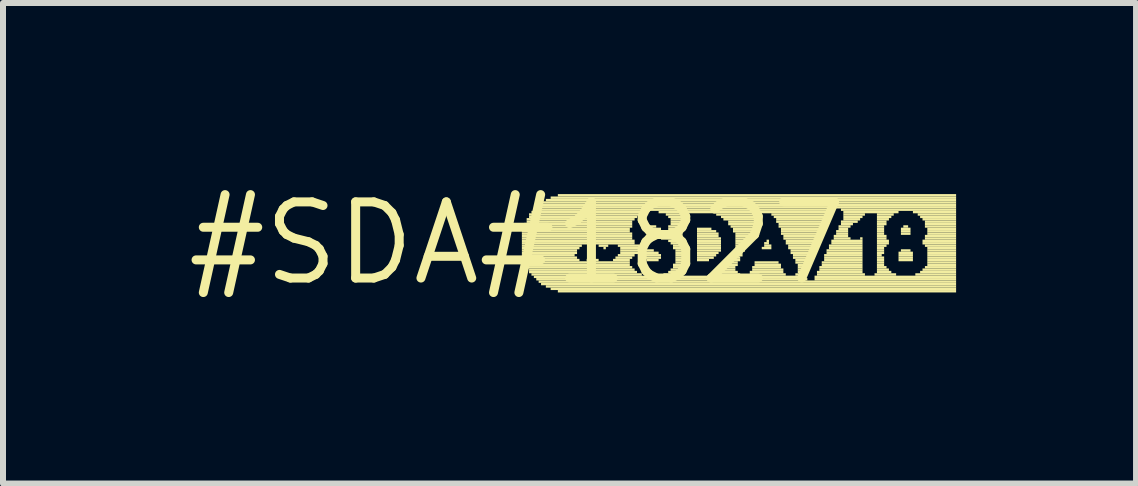
<source format=kicad_pcb>
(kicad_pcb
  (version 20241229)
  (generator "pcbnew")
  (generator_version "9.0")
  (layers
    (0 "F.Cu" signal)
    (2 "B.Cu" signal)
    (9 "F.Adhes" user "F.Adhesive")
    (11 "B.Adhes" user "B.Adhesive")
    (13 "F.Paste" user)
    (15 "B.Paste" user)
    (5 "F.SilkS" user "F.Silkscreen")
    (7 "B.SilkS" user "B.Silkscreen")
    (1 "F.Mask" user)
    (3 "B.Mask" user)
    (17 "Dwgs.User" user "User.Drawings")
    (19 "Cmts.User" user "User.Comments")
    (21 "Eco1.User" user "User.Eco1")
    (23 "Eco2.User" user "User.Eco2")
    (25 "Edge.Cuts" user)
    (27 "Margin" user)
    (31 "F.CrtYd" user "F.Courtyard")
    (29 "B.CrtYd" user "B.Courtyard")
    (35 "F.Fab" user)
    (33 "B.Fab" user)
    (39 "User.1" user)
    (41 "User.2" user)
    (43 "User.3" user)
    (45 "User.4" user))
  (footprint "#SDA#1827"
    (layer "F.Cu")
    (at 5.571 1.006)
    (property "Reference" "#SDA#1827" (at 0 0 0) (layer "F.SilkS") (effects (font (size 1.27 1.27) (thickness 0.15))))
    (attr through_hole)
    (fp_poly (pts (xy 0.08 -0.18) (xy 1.88 -0.18) (xy 1.88 -0.22) (xy 0.08 -0.22)) (stroke (width 0) (type solid)) (fill yes) (layer "F.SilkS"))
    (fp_poly (pts (xy 0.08 -0.14) (xy 1.92 -0.14) (xy 1.92 -0.18) (xy 0.08 -0.18)) (stroke (width 0) (type solid)) (fill yes) (layer "F.SilkS"))
    (fp_poly (pts (xy 0.08 -0.1) (xy 1.92 -0.1) (xy 1.92 -0.14) (xy 0.08 -0.14)) (stroke (width 0) (type solid)) (fill yes) (layer "F.SilkS"))
    (fp_poly (pts (xy 0.08 -0.06) (xy 1.92 -0.06) (xy 1.92 -0.1) (xy 0.08 -0.1)) (stroke (width 0) (type solid)) (fill yes) (layer "F.SilkS"))
    (fp_poly (pts (xy 0.08 -0.02) (xy 1.96 -0.02) (xy 1.96 -0.06) (xy 0.08 -0.06)) (stroke (width 0) (type solid)) (fill yes) (layer "F.SilkS"))
    (fp_poly (pts (xy 0.08 0.02) (xy 1.2 0.02) (xy 1.2 -0.02) (xy 0.08 -0.02)) (stroke (width 0) (type solid)) (fill yes) (layer "F.SilkS"))
    (fp_poly (pts (xy 0.08 0.06) (xy 1.08 0.06) (xy 1.08 0.02) (xy 0.08 0.02)) (stroke (width 0) (type solid)) (fill yes) (layer "F.SilkS"))
    (fp_poly (pts (xy 0.08 0.1) (xy 1.04 0.1) (xy 1.04 0.06) (xy 0.08 0.06)) (stroke (width 0) (type solid)) (fill yes) (layer "F.SilkS"))
    (fp_poly (pts (xy 0.08 0.14) (xy 1 0.14) (xy 1 0.1) (xy 0.08 0.1)) (stroke (width 0) (type solid)) (fill yes) (layer "F.SilkS"))
    (fp_poly (pts (xy 0.08 0.18) (xy 1 0.18) (xy 1 0.14) (xy 0.08 0.14)) (stroke (width 0) (type solid)) (fill yes) (layer "F.SilkS"))
    (fp_poly (pts (xy 0.08 0.22) (xy 0.96 0.22) (xy 0.96 0.18) (xy 0.08 0.18)) (stroke (width 0) (type solid)) (fill yes) (layer "F.SilkS"))
    (fp_poly (pts (xy 0.12 -0.3) (xy 1.92 -0.3) (xy 1.92 -0.34) (xy 0.12 -0.34)) (stroke (width 0) (type solid)) (fill yes) (layer "F.SilkS"))
    (fp_poly (pts (xy 0.12 -0.26) (xy 1.92 -0.26) (xy 1.92 -0.3) (xy 0.12 -0.3)) (stroke (width 0) (type solid)) (fill yes) (layer "F.SilkS"))
    (fp_poly (pts (xy 0.12 -0.22) (xy 1.88 -0.22) (xy 1.88 -0.26) (xy 0.12 -0.26)) (stroke (width 0) (type solid)) (fill yes) (layer "F.SilkS"))
    (fp_poly (pts (xy 0.12 0.26) (xy 1 0.26) (xy 1 0.22) (xy 0.12 0.22)) (stroke (width 0) (type solid)) (fill yes) (layer "F.SilkS"))
    (fp_poly (pts (xy 0.12 0.3) (xy 1.04 0.3) (xy 1.04 0.26) (xy 0.12 0.26)) (stroke (width 0) (type solid)) (fill yes) (layer "F.SilkS"))
    (fp_poly (pts (xy 0.12 0.34) (xy 1.88 0.34) (xy 1.88 0.3) (xy 0.12 0.3)) (stroke (width 0) (type solid)) (fill yes) (layer "F.SilkS"))
    (fp_poly (pts (xy 0.16 -0.38) (xy 1.96 -0.38) (xy 1.96 -0.42) (xy 0.16 -0.42)) (stroke (width 0) (type solid)) (fill yes) (layer "F.SilkS"))
    (fp_poly (pts (xy 0.16 -0.34) (xy 1.92 -0.34) (xy 1.92 -0.38) (xy 0.16 -0.38)) (stroke (width 0) (type solid)) (fill yes) (layer "F.SilkS"))
    (fp_poly (pts (xy 0.16 0.38) (xy 1.88 0.38) (xy 1.88 0.34) (xy 0.16 0.34)) (stroke (width 0) (type solid)) (fill yes) (layer "F.SilkS"))
    (fp_poly (pts (xy 0.16 0.42) (xy 1.92 0.42) (xy 1.92 0.38) (xy 0.16 0.38)) (stroke (width 0) (type solid)) (fill yes) (layer "F.SilkS"))
    (fp_poly (pts (xy 0.2 -0.46) (xy 2.04 -0.46) (xy 2.04 -0.5) (xy 0.2 -0.5)) (stroke (width 0) (type solid)) (fill yes) (layer "F.SilkS"))
    (fp_poly (pts (xy 0.2 -0.42) (xy 2 -0.42) (xy 2 -0.46) (xy 0.2 -0.46)) (stroke (width 0) (type solid)) (fill yes) (layer "F.SilkS"))
    (fp_poly (pts (xy 0.2 0.46) (xy 1.96 0.46) (xy 1.96 0.42) (xy 0.2 0.42)) (stroke (width 0) (type solid)) (fill yes) (layer "F.SilkS"))
    (fp_poly (pts (xy 0.2 0.5) (xy 2 0.5) (xy 2 0.46) (xy 0.2 0.46)) (stroke (width 0) (type solid)) (fill yes) (layer "F.SilkS"))
    (fp_poly (pts (xy 0.24 -0.5) (xy 2.16 -0.5) (xy 2.16 -0.54) (xy 0.24 -0.54)) (stroke (width 0) (type solid)) (fill yes) (layer "F.SilkS"))
    (fp_poly (pts (xy 0.24 0.54) (xy 2.08 0.54) (xy 2.08 0.5) (xy 0.24 0.5)) (stroke (width 0) (type solid)) (fill yes) (layer "F.SilkS"))
    (fp_poly (pts (xy 0.28 -0.54) (xy 5.24 -0.54) (xy 5.24 -0.58) (xy 0.28 -0.58)) (stroke (width 0) (type solid)) (fill yes) (layer "F.SilkS"))
    (fp_poly (pts (xy 0.28 0.58) (xy 4.76 0.58) (xy 4.76 0.54) (xy 0.28 0.54)) (stroke (width 0) (type solid)) (fill yes) (layer "F.SilkS"))
    (fp_poly (pts (xy 0.32 -0.58) (xy 7.32 -0.58) (xy 7.32 -0.62) (xy 0.32 -0.62)) (stroke (width 0) (type solid)) (fill yes) (layer "F.SilkS"))
    (fp_poly (pts (xy 0.32 0.62) (xy 4.84 0.62) (xy 4.84 0.58) (xy 0.32 0.58)) (stroke (width 0) (type solid)) (fill yes) (layer "F.SilkS"))
    (fp_poly (pts (xy 0.36 -0.62) (xy 7.32 -0.62) (xy 7.32 -0.66) (xy 0.36 -0.66)) (stroke (width 0) (type solid)) (fill yes) (layer "F.SilkS"))
    (fp_poly (pts (xy 0.36 0.66) (xy 7.32 0.66) (xy 7.32 0.62) (xy 0.36 0.62)) (stroke (width 0) (type solid)) (fill yes) (layer "F.SilkS"))
    (fp_poly (pts (xy 0.4 -0.66) (xy 7.32 -0.66) (xy 7.32 -0.7) (xy 0.4 -0.7)) (stroke (width 0) (type solid)) (fill yes) (layer "F.SilkS"))
    (fp_poly (pts (xy 0.4 0.7) (xy 7.32 0.7) (xy 7.32 0.66) (xy 0.4 0.66)) (stroke (width 0) (type solid)) (fill yes) (layer "F.SilkS"))
    (fp_poly (pts (xy 0.48 -0.7) (xy 7.32 -0.7) (xy 7.32 -0.74) (xy 0.48 -0.74)) (stroke (width 0) (type solid)) (fill yes) (layer "F.SilkS"))
    (fp_poly (pts (xy 0.48 0.74) (xy 7.32 0.74) (xy 7.32 0.7) (xy 0.48 0.7)) (stroke (width 0) (type solid)) (fill yes) (layer "F.SilkS"))
    (fp_poly (pts (xy 0.56 -0.74) (xy 7.32 -0.74) (xy 7.32 -0.78) (xy 0.56 -0.78)) (stroke (width 0) (type solid)) (fill yes) (layer "F.SilkS"))
    (fp_poly (pts (xy 0.56 0.78) (xy 7.32 0.78) (xy 7.32 0.74) (xy 0.56 0.74)) (stroke (width 0) (type solid)) (fill yes) (layer "F.SilkS"))
    (fp_poly (pts (xy 0.68 -0.78) (xy 7.32 -0.78) (xy 7.32 -0.82) (xy 0.68 -0.82)) (stroke (width 0) (type solid)) (fill yes) (layer "F.SilkS"))
    (fp_poly (pts (xy 0.68 0.82) (xy 7.32 0.82) (xy 7.32 0.78) (xy 0.68 0.78)) (stroke (width 0) (type solid)) (fill yes) (layer "F.SilkS"))
    (fp_poly (pts (xy 1.16 0.3) (xy 1.36 0.3) (xy 1.36 0.26) (xy 1.16 0.26)) (stroke (width 0) (type solid)) (fill yes) (layer "F.SilkS"))
    (fp_poly (pts (xy 1.2 0.26) (xy 1.28 0.26) (xy 1.28 0.22) (xy 1.2 0.22)) (stroke (width 0) (type solid)) (fill yes) (layer "F.SilkS"))
    (fp_poly (pts (xy 1.28 0.02) (xy 1.96 0.02) (xy 1.96 -0.02) (xy 1.28 -0.02)) (stroke (width 0) (type solid)) (fill yes) (layer "F.SilkS"))
    (fp_poly (pts (xy 1.36 0.06) (xy 1.52 0.06) (xy 1.52 0.02) (xy 1.36 0.02)) (stroke (width 0) (type solid)) (fill yes) (layer "F.SilkS"))
    (fp_poly (pts (xy 1.44 0.1) (xy 1.48 0.1) (xy 1.48 0.06) (xy 1.44 0.06)) (stroke (width 0) (type solid)) (fill yes) (layer "F.SilkS"))
    (fp_poly (pts (xy 1.6 0.3) (xy 1.88 0.3) (xy 1.88 0.26) (xy 1.6 0.26)) (stroke (width 0) (type solid)) (fill yes) (layer "F.SilkS"))
    (fp_poly (pts (xy 1.64 0.26) (xy 1.92 0.26) (xy 1.92 0.22) (xy 1.64 0.22)) (stroke (width 0) (type solid)) (fill yes) (layer "F.SilkS"))
    (fp_poly (pts (xy 1.68 0.06) (xy 2.04 0.06) (xy 2.04 0.02) (xy 1.68 0.02)) (stroke (width 0) (type solid)) (fill yes) (layer "F.SilkS"))
    (fp_poly (pts (xy 1.68 0.22) (xy 1.96 0.22) (xy 1.96 0.18) (xy 1.68 0.18)) (stroke (width 0) (type solid)) (fill yes) (layer "F.SilkS"))
    (fp_poly (pts (xy 1.72 0.1) (xy 2.12 0.1) (xy 2.12 0.06) (xy 1.72 0.06)) (stroke (width 0) (type solid)) (fill yes) (layer "F.SilkS"))
    (fp_poly (pts (xy 1.72 0.14) (xy 2.28 0.14) (xy 2.28 0.1) (xy 1.72 0.1)) (stroke (width 0) (type solid)) (fill yes) (layer "F.SilkS"))
    (fp_poly (pts (xy 1.72 0.18) (xy 2.36 0.18) (xy 2.36 0.14) (xy 1.72 0.14)) (stroke (width 0) (type solid)) (fill yes) (layer "F.SilkS"))
    (fp_poly (pts (xy 2.08 0.22) (xy 2.4 0.22) (xy 2.4 0.18) (xy 2.08 0.18)) (stroke (width 0) (type solid)) (fill yes) (layer "F.SilkS"))
    (fp_poly (pts (xy 2.12 0.26) (xy 2.4 0.26) (xy 2.4 0.22) (xy 2.12 0.22)) (stroke (width 0) (type solid)) (fill yes) (layer "F.SilkS"))
    (fp_poly (pts (xy 2.16 -0.22) (xy 2.4 -0.22) (xy 2.4 -0.26) (xy 2.16 -0.26)) (stroke (width 0) (type solid)) (fill yes) (layer "F.SilkS"))
    (fp_poly (pts (xy 2.16 -0.18) (xy 2.76 -0.18) (xy 2.76 -0.22) (xy 2.16 -0.22)) (stroke (width 0) (type solid)) (fill yes) (layer "F.SilkS"))
    (fp_poly (pts (xy 2.16 -0.14) (xy 2.76 -0.14) (xy 2.76 -0.18) (xy 2.16 -0.18)) (stroke (width 0) (type solid)) (fill yes) (layer "F.SilkS"))
    (fp_poly (pts (xy 2.16 0.3) (xy 2.36 0.3) (xy 2.36 0.26) (xy 2.16 0.26)) (stroke (width 0) (type solid)) (fill yes) (layer "F.SilkS"))
    (fp_poly (pts (xy 2.2 -0.26) (xy 2.32 -0.26) (xy 2.32 -0.3) (xy 2.2 -0.3)) (stroke (width 0) (type solid)) (fill yes) (layer "F.SilkS"))
    (fp_poly (pts (xy 2.24 -0.1) (xy 2.76 -0.1) (xy 2.76 -0.14) (xy 2.24 -0.14)) (stroke (width 0) (type solid)) (fill yes) (layer "F.SilkS"))
    (fp_poly (pts (xy 2.36 -0.5) (xy 5.24 -0.5) (xy 5.24 -0.54) (xy 2.36 -0.54)) (stroke (width 0) (type solid)) (fill yes) (layer "F.SilkS"))
    (fp_poly (pts (xy 2.4 -0.06) (xy 2.76 -0.06) (xy 2.76 -0.1) (xy 2.4 -0.1)) (stroke (width 0) (type solid)) (fill yes) (layer "F.SilkS"))
    (fp_poly (pts (xy 2.44 0.54) (xy 2.76 0.54) (xy 2.76 0.5) (xy 2.44 0.5)) (stroke (width 0) (type solid)) (fill yes) (layer "F.SilkS"))
    (fp_poly (pts (xy 2.48 -0.46) (xy 2.76 -0.46) (xy 2.76 -0.5) (xy 2.48 -0.5)) (stroke (width 0) (type solid)) (fill yes) (layer "F.SilkS"))
    (fp_poly (pts (xy 2.52 -0.42) (xy 2.76 -0.42) (xy 2.76 -0.46) (xy 2.52 -0.46)) (stroke (width 0) (type solid)) (fill yes) (layer "F.SilkS"))
    (fp_poly (pts (xy 2.52 -0.26) (xy 2.76 -0.26) (xy 2.76 -0.3) (xy 2.52 -0.3)) (stroke (width 0) (type solid)) (fill yes) (layer "F.SilkS"))
    (fp_poly (pts (xy 2.52 -0.22) (xy 2.76 -0.22) (xy 2.76 -0.26) (xy 2.52 -0.26)) (stroke (width 0) (type solid)) (fill yes) (layer "F.SilkS"))
    (fp_poly (pts (xy 2.52 -0.02) (xy 2.76 -0.02) (xy 2.76 -0.06) (xy 2.52 -0.06)) (stroke (width 0) (type solid)) (fill yes) (layer "F.SilkS"))
    (fp_poly (pts (xy 2.52 0.5) (xy 2.76 0.5) (xy 2.76 0.46) (xy 2.52 0.46)) (stroke (width 0) (type solid)) (fill yes) (layer "F.SilkS"))
    (fp_poly (pts (xy 2.56 -0.38) (xy 2.76 -0.38) (xy 2.76 -0.42) (xy 2.56 -0.42)) (stroke (width 0) (type solid)) (fill yes) (layer "F.SilkS"))
    (fp_poly (pts (xy 2.56 -0.34) (xy 2.76 -0.34) (xy 2.76 -0.38) (xy 2.56 -0.38)) (stroke (width 0) (type solid)) (fill yes) (layer "F.SilkS"))
    (fp_poly (pts (xy 2.56 -0.3) (xy 2.76 -0.3) (xy 2.76 -0.34) (xy 2.56 -0.34)) (stroke (width 0) (type solid)) (fill yes) (layer "F.SilkS"))
    (fp_poly (pts (xy 2.56 0.02) (xy 2.76 0.02) (xy 2.76 -0.02) (xy 2.56 -0.02)) (stroke (width 0) (type solid)) (fill yes) (layer "F.SilkS"))
    (fp_poly (pts (xy 2.56 0.46) (xy 2.76 0.46) (xy 2.76 0.42) (xy 2.56 0.42)) (stroke (width 0) (type solid)) (fill yes) (layer "F.SilkS"))
    (fp_poly (pts (xy 2.6 0.06) (xy 2.76 0.06) (xy 2.76 0.02) (xy 2.6 0.02)) (stroke (width 0) (type solid)) (fill yes) (layer "F.SilkS"))
    (fp_poly (pts (xy 2.6 0.1) (xy 2.76 0.1) (xy 2.76 0.06) (xy 2.6 0.06)) (stroke (width 0) (type solid)) (fill yes) (layer "F.SilkS"))
    (fp_poly (pts (xy 2.6 0.38) (xy 2.76 0.38) (xy 2.76 0.34) (xy 2.6 0.34)) (stroke (width 0) (type solid)) (fill yes) (layer "F.SilkS"))
    (fp_poly (pts (xy 2.6 0.42) (xy 2.76 0.42) (xy 2.76 0.38) (xy 2.6 0.38)) (stroke (width 0) (type solid)) (fill yes) (layer "F.SilkS"))
    (fp_poly (pts (xy 2.64 0.14) (xy 2.76 0.14) (xy 2.76 0.1) (xy 2.64 0.1)) (stroke (width 0) (type solid)) (fill yes) (layer "F.SilkS"))
    (fp_poly (pts (xy 2.64 0.18) (xy 2.76 0.18) (xy 2.76 0.14) (xy 2.64 0.14)) (stroke (width 0) (type solid)) (fill yes) (layer "F.SilkS"))
    (fp_poly (pts (xy 2.64 0.22) (xy 2.76 0.22) (xy 2.76 0.18) (xy 2.64 0.18)) (stroke (width 0) (type solid)) (fill yes) (layer "F.SilkS"))
    (fp_poly (pts (xy 2.64 0.26) (xy 2.76 0.26) (xy 2.76 0.22) (xy 2.64 0.22)) (stroke (width 0) (type solid)) (fill yes) (layer "F.SilkS"))
    (fp_poly (pts (xy 2.64 0.3) (xy 2.76 0.3) (xy 2.76 0.26) (xy 2.64 0.26)) (stroke (width 0) (type solid)) (fill yes) (layer "F.SilkS"))
    (fp_poly (pts (xy 2.64 0.34) (xy 2.76 0.34) (xy 2.76 0.3) (xy 2.64 0.3)) (stroke (width 0) (type solid)) (fill yes) (layer "F.SilkS"))
    (fp_poly (pts (xy 3 -0.22) (xy 3.24 -0.22) (xy 3.24 -0.26) (xy 3 -0.26)) (stroke (width 0) (type solid)) (fill yes) (layer "F.SilkS"))
    (fp_poly (pts (xy 3 -0.18) (xy 3.32 -0.18) (xy 3.32 -0.22) (xy 3 -0.22)) (stroke (width 0) (type solid)) (fill yes) (layer "F.SilkS"))
    (fp_poly (pts (xy 3 -0.14) (xy 3.36 -0.14) (xy 3.36 -0.18) (xy 3 -0.18)) (stroke (width 0) (type solid)) (fill yes) (layer "F.SilkS"))
    (fp_poly (pts (xy 3 -0.1) (xy 3.36 -0.1) (xy 3.36 -0.14) (xy 3 -0.14)) (stroke (width 0) (type solid)) (fill yes) (layer "F.SilkS"))
    (fp_poly (pts (xy 3 -0.06) (xy 3.4 -0.06) (xy 3.4 -0.1) (xy 3 -0.1)) (stroke (width 0) (type solid)) (fill yes) (layer "F.SilkS"))
    (fp_poly (pts (xy 3 -0.02) (xy 3.4 -0.02) (xy 3.4 -0.06) (xy 3 -0.06)) (stroke (width 0) (type solid)) (fill yes) (layer "F.SilkS"))
    (fp_poly (pts (xy 3 0.02) (xy 3.4 0.02) (xy 3.4 -0.02) (xy 3 -0.02)) (stroke (width 0) (type solid)) (fill yes) (layer "F.SilkS"))
    (fp_poly (pts (xy 3 0.06) (xy 3.4 0.06) (xy 3.4 0.02) (xy 3 0.02)) (stroke (width 0) (type solid)) (fill yes) (layer "F.SilkS"))
    (fp_poly (pts (xy 3 0.1) (xy 3.4 0.1) (xy 3.4 0.06) (xy 3 0.06)) (stroke (width 0) (type solid)) (fill yes) (layer "F.SilkS"))
    (fp_poly (pts (xy 3 0.14) (xy 3.4 0.14) (xy 3.4 0.1) (xy 3 0.1)) (stroke (width 0) (type solid)) (fill yes) (layer "F.SilkS"))
    (fp_poly (pts (xy 3 0.18) (xy 3.36 0.18) (xy 3.36 0.14) (xy 3 0.14)) (stroke (width 0) (type solid)) (fill yes) (layer "F.SilkS"))
    (fp_poly (pts (xy 3 0.22) (xy 3.32 0.22) (xy 3.32 0.18) (xy 3 0.18)) (stroke (width 0) (type solid)) (fill yes) (layer "F.SilkS"))
    (fp_poly (pts (xy 3 0.26) (xy 3.28 0.26) (xy 3.28 0.22) (xy 3 0.22)) (stroke (width 0) (type solid)) (fill yes) (layer "F.SilkS"))
    (fp_poly (pts (xy 3 0.3) (xy 3.2 0.3) (xy 3.2 0.26) (xy 3 0.26)) (stroke (width 0) (type solid)) (fill yes) (layer "F.SilkS"))
    (fp_poly (pts (xy 3.28 0.54) (xy 3.72 0.54) (xy 3.72 0.5) (xy 3.28 0.5)) (stroke (width 0) (type solid)) (fill yes) (layer "F.SilkS"))
    (fp_poly (pts (xy 3.32 -0.46) (xy 4.08 -0.46) (xy 4.08 -0.5) (xy 3.32 -0.5)) (stroke (width 0) (type solid)) (fill yes) (layer "F.SilkS"))
    (fp_poly (pts (xy 3.36 0.5) (xy 3.68 0.5) (xy 3.68 0.46) (xy 3.36 0.46)) (stroke (width 0) (type solid)) (fill yes) (layer "F.SilkS"))
    (fp_poly (pts (xy 3.4 -0.42) (xy 4.04 -0.42) (xy 4.04 -0.46) (xy 3.4 -0.46)) (stroke (width 0) (type solid)) (fill yes) (layer "F.SilkS"))
    (fp_poly (pts (xy 3.44 -0.38) (xy 4.04 -0.38) (xy 4.04 -0.42) (xy 3.44 -0.42)) (stroke (width 0) (type solid)) (fill yes) (layer "F.SilkS"))
    (fp_poly (pts (xy 3.44 0.46) (xy 3.64 0.46) (xy 3.64 0.42) (xy 3.44 0.42)) (stroke (width 0) (type solid)) (fill yes) (layer "F.SilkS"))
    (fp_poly (pts (xy 3.48 0.42) (xy 3.64 0.42) (xy 3.64 0.38) (xy 3.48 0.38)) (stroke (width 0) (type solid)) (fill yes) (layer "F.SilkS"))
    (fp_poly (pts (xy 3.52 -0.34) (xy 4 -0.34) (xy 4 -0.38) (xy 3.52 -0.38)) (stroke (width 0) (type solid)) (fill yes) (layer "F.SilkS"))
    (fp_poly (pts (xy 3.52 -0.3) (xy 4 -0.3) (xy 4 -0.34) (xy 3.52 -0.34)) (stroke (width 0) (type solid)) (fill yes) (layer "F.SilkS"))
    (fp_poly (pts (xy 3.52 0.38) (xy 3.68 0.38) (xy 3.68 0.34) (xy 3.52 0.34)) (stroke (width 0) (type solid)) (fill yes) (layer "F.SilkS"))
    (fp_poly (pts (xy 3.56 -0.26) (xy 4 -0.26) (xy 4 -0.3) (xy 3.56 -0.3)) (stroke (width 0) (type solid)) (fill yes) (layer "F.SilkS"))
    (fp_poly (pts (xy 3.56 0.3) (xy 3.72 0.3) (xy 3.72 0.26) (xy 3.56 0.26)) (stroke (width 0) (type solid)) (fill yes) (layer "F.SilkS"))
    (fp_poly (pts (xy 3.56 0.34) (xy 3.68 0.34) (xy 3.68 0.3) (xy 3.56 0.3)) (stroke (width 0) (type solid)) (fill yes) (layer "F.SilkS"))
    (fp_poly (pts (xy 3.6 -0.22) (xy 3.96 -0.22) (xy 3.96 -0.26) (xy 3.6 -0.26)) (stroke (width 0) (type solid)) (fill yes) (layer "F.SilkS"))
    (fp_poly (pts (xy 3.6 -0.18) (xy 3.96 -0.18) (xy 3.96 -0.22) (xy 3.6 -0.22)) (stroke (width 0) (type solid)) (fill yes) (layer "F.SilkS"))
    (fp_poly (pts (xy 3.6 0.22) (xy 3.76 0.22) (xy 3.76 0.18) (xy 3.6 0.18)) (stroke (width 0) (type solid)) (fill yes) (layer "F.SilkS"))
    (fp_poly (pts (xy 3.6 0.26) (xy 3.72 0.26) (xy 3.72 0.22) (xy 3.6 0.22)) (stroke (width 0) (type solid)) (fill yes) (layer "F.SilkS"))
    (fp_poly (pts (xy 3.64 -0.14) (xy 3.92 -0.14) (xy 3.92 -0.18) (xy 3.64 -0.18)) (stroke (width 0) (type solid)) (fill yes) (layer "F.SilkS"))
    (fp_poly (pts (xy 3.64 -0.1) (xy 3.92 -0.1) (xy 3.92 -0.14) (xy 3.64 -0.14)) (stroke (width 0) (type solid)) (fill yes) (layer "F.SilkS"))
    (fp_poly (pts (xy 3.64 -0.06) (xy 3.88 -0.06) (xy 3.88 -0.1) (xy 3.64 -0.1)) (stroke (width 0) (type solid)) (fill yes) (layer "F.SilkS"))
    (fp_poly (pts (xy 3.64 -0.02) (xy 3.88 -0.02) (xy 3.88 -0.06) (xy 3.64 -0.06)) (stroke (width 0) (type solid)) (fill yes) (layer "F.SilkS"))
    (fp_poly (pts (xy 3.64 0.02) (xy 3.84 0.02) (xy 3.84 -0.02) (xy 3.64 -0.02)) (stroke (width 0) (type solid)) (fill yes) (layer "F.SilkS"))
    (fp_poly (pts (xy 3.64 0.06) (xy 3.84 0.06) (xy 3.84 0.02) (xy 3.64 0.02)) (stroke (width 0) (type solid)) (fill yes) (layer "F.SilkS"))
    (fp_poly (pts (xy 3.64 0.1) (xy 3.8 0.1) (xy 3.8 0.06) (xy 3.64 0.06)) (stroke (width 0) (type solid)) (fill yes) (layer "F.SilkS"))
    (fp_poly (pts (xy 3.64 0.14) (xy 3.8 0.14) (xy 3.8 0.1) (xy 3.64 0.1)) (stroke (width 0) (type solid)) (fill yes) (layer "F.SilkS"))
    (fp_poly (pts (xy 3.64 0.18) (xy 3.76 0.18) (xy 3.76 0.14) (xy 3.64 0.14)) (stroke (width 0) (type solid)) (fill yes) (layer "F.SilkS"))
    (fp_poly (pts (xy 3.88 0.5) (xy 4.44 0.5) (xy 4.44 0.46) (xy 3.88 0.46)) (stroke (width 0) (type solid)) (fill yes) (layer "F.SilkS"))
    (fp_poly (pts (xy 3.88 0.54) (xy 4.48 0.54) (xy 4.48 0.5) (xy 3.88 0.5)) (stroke (width 0) (type solid)) (fill yes) (layer "F.SilkS"))
    (fp_poly (pts (xy 3.92 0.42) (xy 4.4 0.42) (xy 4.4 0.38) (xy 3.92 0.38)) (stroke (width 0) (type solid)) (fill yes) (layer "F.SilkS"))
    (fp_poly (pts (xy 3.92 0.46) (xy 4.44 0.46) (xy 4.44 0.42) (xy 3.92 0.42)) (stroke (width 0) (type solid)) (fill yes) (layer "F.SilkS"))
    (fp_poly (pts (xy 3.96 0.34) (xy 4.36 0.34) (xy 4.36 0.3) (xy 3.96 0.3)) (stroke (width 0) (type solid)) (fill yes) (layer "F.SilkS"))
    (fp_poly (pts (xy 3.96 0.38) (xy 4.4 0.38) (xy 4.4 0.34) (xy 3.96 0.34)) (stroke (width 0) (type solid)) (fill yes) (layer "F.SilkS"))
    (fp_poly (pts (xy 4.08 0.1) (xy 4.24 0.1) (xy 4.24 0.06) (xy 4.08 0.06)) (stroke (width 0) (type solid)) (fill yes) (layer "F.SilkS"))
    (fp_poly (pts (xy 4.12 0.02) (xy 4.2 0.02) (xy 4.2 -0.02) (xy 4.12 -0.02)) (stroke (width 0) (type solid)) (fill yes) (layer "F.SilkS"))
    (fp_poly (pts (xy 4.12 0.06) (xy 4.24 0.06) (xy 4.24 0.02) (xy 4.12 0.02)) (stroke (width 0) (type solid)) (fill yes) (layer "F.SilkS"))
    (fp_poly (pts (xy 4.16 -0.02) (xy 4.2 -0.02) (xy 4.2 -0.06) (xy 4.16 -0.06)) (stroke (width 0) (type solid)) (fill yes) (layer "F.SilkS"))
    (fp_poly (pts (xy 4.24 -0.46) (xy 5.2 -0.46) (xy 5.2 -0.5) (xy 4.24 -0.5)) (stroke (width 0) (type solid)) (fill yes) (layer "F.SilkS"))
    (fp_poly (pts (xy 4.28 -0.42) (xy 5.2 -0.42) (xy 5.2 -0.46) (xy 4.28 -0.46)) (stroke (width 0) (type solid)) (fill yes) (layer "F.SilkS"))
    (fp_poly (pts (xy 4.32 -0.38) (xy 5.16 -0.38) (xy 5.16 -0.42) (xy 4.32 -0.42)) (stroke (width 0) (type solid)) (fill yes) (layer "F.SilkS"))
    (fp_poly (pts (xy 4.32 -0.34) (xy 5.16 -0.34) (xy 5.16 -0.38) (xy 4.32 -0.38)) (stroke (width 0) (type solid)) (fill yes) (layer "F.SilkS"))
    (fp_poly (pts (xy 4.36 -0.3) (xy 5.12 -0.3) (xy 5.12 -0.34) (xy 4.36 -0.34)) (stroke (width 0) (type solid)) (fill yes) (layer "F.SilkS"))
    (fp_poly (pts (xy 4.36 -0.26) (xy 5.12 -0.26) (xy 5.12 -0.3) (xy 4.36 -0.3)) (stroke (width 0) (type solid)) (fill yes) (layer "F.SilkS"))
    (fp_poly (pts (xy 4.4 -0.22) (xy 5.08 -0.22) (xy 5.08 -0.26) (xy 4.4 -0.26)) (stroke (width 0) (type solid)) (fill yes) (layer "F.SilkS"))
    (fp_poly (pts (xy 4.4 -0.18) (xy 5.08 -0.18) (xy 5.08 -0.22) (xy 4.4 -0.22)) (stroke (width 0) (type solid)) (fill yes) (layer "F.SilkS"))
    (fp_poly (pts (xy 4.4 -0.14) (xy 5.04 -0.14) (xy 5.04 -0.18) (xy 4.4 -0.18)) (stroke (width 0) (type solid)) (fill yes) (layer "F.SilkS"))
    (fp_poly (pts (xy 4.44 -0.1) (xy 5.04 -0.1) (xy 5.04 -0.14) (xy 4.44 -0.14)) (stroke (width 0) (type solid)) (fill yes) (layer "F.SilkS"))
    (fp_poly (pts (xy 4.44 -0.06) (xy 5 -0.06) (xy 5 -0.1) (xy 4.44 -0.1)) (stroke (width 0) (type solid)) (fill yes) (layer "F.SilkS"))
    (fp_poly (pts (xy 4.48 -0.02) (xy 5 -0.02) (xy 5 -0.06) (xy 4.48 -0.06)) (stroke (width 0) (type solid)) (fill yes) (layer "F.SilkS"))
    (fp_poly (pts (xy 4.48 0.02) (xy 4.96 0.02) (xy 4.96 -0.02) (xy 4.48 -0.02)) (stroke (width 0) (type solid)) (fill yes) (layer "F.SilkS"))
    (fp_poly (pts (xy 4.52 0.06) (xy 4.96 0.06) (xy 4.96 0.02) (xy 4.52 0.02)) (stroke (width 0) (type solid)) (fill yes) (layer "F.SilkS"))
    (fp_poly (pts (xy 4.52 0.1) (xy 4.96 0.1) (xy 4.96 0.06) (xy 4.52 0.06)) (stroke (width 0) (type solid)) (fill yes) (layer "F.SilkS"))
    (fp_poly (pts (xy 4.56 0.14) (xy 4.92 0.14) (xy 4.92 0.1) (xy 4.56 0.1)) (stroke (width 0) (type solid)) (fill yes) (layer "F.SilkS"))
    (fp_poly (pts (xy 4.56 0.18) (xy 4.92 0.18) (xy 4.92 0.14) (xy 4.56 0.14)) (stroke (width 0) (type solid)) (fill yes) (layer "F.SilkS"))
    (fp_poly (pts (xy 4.6 0.22) (xy 4.88 0.22) (xy 4.88 0.18) (xy 4.6 0.18)) (stroke (width 0) (type solid)) (fill yes) (layer "F.SilkS"))
    (fp_poly (pts (xy 4.6 0.26) (xy 4.88 0.26) (xy 4.88 0.22) (xy 4.6 0.22)) (stroke (width 0) (type solid)) (fill yes) (layer "F.SilkS"))
    (fp_poly (pts (xy 4.64 0.3) (xy 4.84 0.3) (xy 4.84 0.26) (xy 4.64 0.26)) (stroke (width 0) (type solid)) (fill yes) (layer "F.SilkS"))
    (fp_poly (pts (xy 4.64 0.34) (xy 4.84 0.34) (xy 4.84 0.3) (xy 4.64 0.3)) (stroke (width 0) (type solid)) (fill yes) (layer "F.SilkS"))
    (fp_poly (pts (xy 4.64 0.54) (xy 4.76 0.54) (xy 4.76 0.5) (xy 4.64 0.5)) (stroke (width 0) (type solid)) (fill yes) (layer "F.SilkS"))
    (fp_poly (pts (xy 4.68 0.38) (xy 4.8 0.38) (xy 4.8 0.34) (xy 4.68 0.34)) (stroke (width 0) (type solid)) (fill yes) (layer "F.SilkS"))
    (fp_poly (pts (xy 4.68 0.42) (xy 4.8 0.42) (xy 4.8 0.38) (xy 4.68 0.38)) (stroke (width 0) (type solid)) (fill yes) (layer "F.SilkS"))
    (fp_poly (pts (xy 4.68 0.46) (xy 4.76 0.46) (xy 4.76 0.42) (xy 4.68 0.42)) (stroke (width 0) (type solid)) (fill yes) (layer "F.SilkS"))
    (fp_poly (pts (xy 4.68 0.5) (xy 4.76 0.5) (xy 4.76 0.46) (xy 4.68 0.46)) (stroke (width 0) (type solid)) (fill yes) (layer "F.SilkS"))
    (fp_poly (pts (xy 4.96 0.58) (xy 7.32 0.58) (xy 7.32 0.54) (xy 4.96 0.54)) (stroke (width 0) (type solid)) (fill yes) (layer "F.SilkS"))
    (fp_poly (pts (xy 4.96 0.62) (xy 7.32 0.62) (xy 7.32 0.58) (xy 4.96 0.58)) (stroke (width 0) (type solid)) (fill yes) (layer "F.SilkS"))
    (fp_poly (pts (xy 5 0.5) (xy 5.76 0.5) (xy 5.76 0.46) (xy 5 0.46)) (stroke (width 0) (type solid)) (fill yes) (layer "F.SilkS"))
    (fp_poly (pts (xy 5 0.54) (xy 5.8 0.54) (xy 5.8 0.5) (xy 5 0.5)) (stroke (width 0) (type solid)) (fill yes) (layer "F.SilkS"))
    (fp_poly (pts (xy 5.04 0.42) (xy 5.76 0.42) (xy 5.76 0.38) (xy 5.04 0.38)) (stroke (width 0) (type solid)) (fill yes) (layer "F.SilkS"))
    (fp_poly (pts (xy 5.04 0.46) (xy 5.76 0.46) (xy 5.76 0.42) (xy 5.04 0.42)) (stroke (width 0) (type solid)) (fill yes) (layer "F.SilkS"))
    (fp_poly (pts (xy 5.08 0.34) (xy 5.76 0.34) (xy 5.76 0.3) (xy 5.08 0.3)) (stroke (width 0) (type solid)) (fill yes) (layer "F.SilkS"))
    (fp_poly (pts (xy 5.08 0.38) (xy 5.76 0.38) (xy 5.76 0.34) (xy 5.08 0.34)) (stroke (width 0) (type solid)) (fill yes) (layer "F.SilkS"))
    (fp_poly (pts (xy 5.12 0.22) (xy 5.76 0.22) (xy 5.76 0.18) (xy 5.12 0.18)) (stroke (width 0) (type solid)) (fill yes) (layer "F.SilkS"))
    (fp_poly (pts (xy 5.12 0.26) (xy 5.76 0.26) (xy 5.76 0.22) (xy 5.12 0.22)) (stroke (width 0) (type solid)) (fill yes) (layer "F.SilkS"))
    (fp_poly (pts (xy 5.12 0.3) (xy 5.76 0.3) (xy 5.76 0.26) (xy 5.12 0.26)) (stroke (width 0) (type solid)) (fill yes) (layer "F.SilkS"))
    (fp_poly (pts (xy 5.16 0.14) (xy 5.76 0.14) (xy 5.76 0.1) (xy 5.16 0.1)) (stroke (width 0) (type solid)) (fill yes) (layer "F.SilkS"))
    (fp_poly (pts (xy 5.16 0.18) (xy 5.76 0.18) (xy 5.76 0.14) (xy 5.16 0.14)) (stroke (width 0) (type solid)) (fill yes) (layer "F.SilkS"))
    (fp_poly (pts (xy 5.2 0.06) (xy 5.76 0.06) (xy 5.76 0.02) (xy 5.2 0.02)) (stroke (width 0) (type solid)) (fill yes) (layer "F.SilkS"))
    (fp_poly (pts (xy 5.2 0.1) (xy 5.76 0.1) (xy 5.76 0.06) (xy 5.2 0.06)) (stroke (width 0) (type solid)) (fill yes) (layer "F.SilkS"))
    (fp_poly (pts (xy 5.24 -0.02) (xy 5.76 -0.02) (xy 5.76 -0.06) (xy 5.24 -0.06)) (stroke (width 0) (type solid)) (fill yes) (layer "F.SilkS"))
    (fp_poly (pts (xy 5.24 0.02) (xy 5.76 0.02) (xy 5.76 -0.02) (xy 5.24 -0.02)) (stroke (width 0) (type solid)) (fill yes) (layer "F.SilkS"))
    (fp_poly (pts (xy 5.28 -0.1) (xy 5.52 -0.1) (xy 5.52 -0.14) (xy 5.28 -0.14)) (stroke (width 0) (type solid)) (fill yes) (layer "F.SilkS"))
    (fp_poly (pts (xy 5.28 -0.06) (xy 5.56 -0.06) (xy 5.56 -0.1) (xy 5.28 -0.1)) (stroke (width 0) (type solid)) (fill yes) (layer "F.SilkS"))
    (fp_poly (pts (xy 5.32 -0.18) (xy 5.52 -0.18) (xy 5.52 -0.22) (xy 5.32 -0.22)) (stroke (width 0) (type solid)) (fill yes) (layer "F.SilkS"))
    (fp_poly (pts (xy 5.32 -0.14) (xy 5.52 -0.14) (xy 5.52 -0.18) (xy 5.32 -0.18)) (stroke (width 0) (type solid)) (fill yes) (layer "F.SilkS"))
    (fp_poly (pts (xy 5.36 -0.26) (xy 5.56 -0.26) (xy 5.56 -0.3) (xy 5.36 -0.3)) (stroke (width 0) (type solid)) (fill yes) (layer "F.SilkS"))
    (fp_poly (pts (xy 5.36 -0.22) (xy 5.52 -0.22) (xy 5.52 -0.26) (xy 5.36 -0.26)) (stroke (width 0) (type solid)) (fill yes) (layer "F.SilkS"))
    (fp_poly (pts (xy 5.4 -0.54) (xy 7.32 -0.54) (xy 7.32 -0.58) (xy 5.4 -0.58)) (stroke (width 0) (type solid)) (fill yes) (layer "F.SilkS"))
    (fp_poly (pts (xy 5.4 -0.34) (xy 5.68 -0.34) (xy 5.68 -0.38) (xy 5.4 -0.38)) (stroke (width 0) (type solid)) (fill yes) (layer "F.SilkS"))
    (fp_poly (pts (xy 5.4 -0.3) (xy 5.6 -0.3) (xy 5.6 -0.34) (xy 5.4 -0.34)) (stroke (width 0) (type solid)) (fill yes) (layer "F.SilkS"))
    (fp_poly (pts (xy 5.44 -0.5) (xy 6.36 -0.5) (xy 6.36 -0.54) (xy 5.44 -0.54)) (stroke (width 0) (type solid)) (fill yes) (layer "F.SilkS"))
    (fp_poly (pts (xy 5.44 -0.46) (xy 5.8 -0.46) (xy 5.8 -0.5) (xy 5.44 -0.5)) (stroke (width 0) (type solid)) (fill yes) (layer "F.SilkS"))
    (fp_poly (pts (xy 5.44 -0.42) (xy 5.76 -0.42) (xy 5.76 -0.46) (xy 5.44 -0.46)) (stroke (width 0) (type solid)) (fill yes) (layer "F.SilkS"))
    (fp_poly (pts (xy 5.44 -0.38) (xy 5.72 -0.38) (xy 5.72 -0.42) (xy 5.44 -0.42)) (stroke (width 0) (type solid)) (fill yes) (layer "F.SilkS"))
    (fp_poly (pts (xy 5.72 -0.06) (xy 5.76 -0.06) (xy 5.76 -0.1) (xy 5.72 -0.1)) (stroke (width 0) (type solid)) (fill yes) (layer "F.SilkS"))
    (fp_poly (pts (xy 5.96 0.54) (xy 6.32 0.54) (xy 6.32 0.5) (xy 5.96 0.5)) (stroke (width 0) (type solid)) (fill yes) (layer "F.SilkS"))
    (fp_poly (pts (xy 6 -0.46) (xy 6.28 -0.46) (xy 6.28 -0.5) (xy 6 -0.5)) (stroke (width 0) (type solid)) (fill yes) (layer "F.SilkS"))
    (fp_poly (pts (xy 6 -0.42) (xy 6.24 -0.42) (xy 6.24 -0.46) (xy 6 -0.46)) (stroke (width 0) (type solid)) (fill yes) (layer "F.SilkS"))
    (fp_poly (pts (xy 6 -0.38) (xy 6.2 -0.38) (xy 6.2 -0.42) (xy 6 -0.42)) (stroke (width 0) (type solid)) (fill yes) (layer "F.SilkS"))
    (fp_poly (pts (xy 6 -0.34) (xy 6.16 -0.34) (xy 6.16 -0.38) (xy 6 -0.38)) (stroke (width 0) (type solid)) (fill yes) (layer "F.SilkS"))
    (fp_poly (pts (xy 6 -0.3) (xy 6.16 -0.3) (xy 6.16 -0.34) (xy 6 -0.34)) (stroke (width 0) (type solid)) (fill yes) (layer "F.SilkS"))
    (fp_poly (pts (xy 6 -0.26) (xy 6.12 -0.26) (xy 6.12 -0.3) (xy 6 -0.3)) (stroke (width 0) (type solid)) (fill yes) (layer "F.SilkS"))
    (fp_poly (pts (xy 6 -0.22) (xy 6.12 -0.22) (xy 6.12 -0.26) (xy 6 -0.26)) (stroke (width 0) (type solid)) (fill yes) (layer "F.SilkS"))
    (fp_poly (pts (xy 6 -0.18) (xy 6.12 -0.18) (xy 6.12 -0.22) (xy 6 -0.22)) (stroke (width 0) (type solid)) (fill yes) (layer "F.SilkS"))
    (fp_poly (pts (xy 6 -0.14) (xy 6.12 -0.14) (xy 6.12 -0.18) (xy 6 -0.18)) (stroke (width 0) (type solid)) (fill yes) (layer "F.SilkS"))
    (fp_poly (pts (xy 6 -0.1) (xy 6.16 -0.1) (xy 6.16 -0.14) (xy 6 -0.14)) (stroke (width 0) (type solid)) (fill yes) (layer "F.SilkS"))
    (fp_poly (pts (xy 6 -0.06) (xy 6.16 -0.06) (xy 6.16 -0.1) (xy 6 -0.1)) (stroke (width 0) (type solid)) (fill yes) (layer "F.SilkS"))
    (fp_poly (pts (xy 6 -0.02) (xy 6.2 -0.02) (xy 6.2 -0.06) (xy 6 -0.06)) (stroke (width 0) (type solid)) (fill yes) (layer "F.SilkS"))
    (fp_poly (pts (xy 6 0.02) (xy 6.2 0.02) (xy 6.2 -0.02) (xy 6 -0.02)) (stroke (width 0) (type solid)) (fill yes) (layer "F.SilkS"))
    (fp_poly (pts (xy 6 0.06) (xy 6.16 0.06) (xy 6.16 0.02) (xy 6 0.02)) (stroke (width 0) (type solid)) (fill yes) (layer "F.SilkS"))
    (fp_poly (pts (xy 6 0.1) (xy 6.12 0.1) (xy 6.12 0.06) (xy 6 0.06)) (stroke (width 0) (type solid)) (fill yes) (layer "F.SilkS"))
    (fp_poly (pts (xy 6 0.14) (xy 6.12 0.14) (xy 6.12 0.1) (xy 6 0.1)) (stroke (width 0) (type solid)) (fill yes) (layer "F.SilkS"))
    (fp_poly (pts (xy 6 0.18) (xy 6.12 0.18) (xy 6.12 0.14) (xy 6 0.14)) (stroke (width 0) (type solid)) (fill yes) (layer "F.SilkS"))
    (fp_poly (pts (xy 6 0.22) (xy 6.08 0.22) (xy 6.08 0.18) (xy 6 0.18)) (stroke (width 0) (type solid)) (fill yes) (layer "F.SilkS"))
    (fp_poly (pts (xy 6 0.26) (xy 6.12 0.26) (xy 6.12 0.22) (xy 6 0.22)) (stroke (width 0) (type solid)) (fill yes) (layer "F.SilkS"))
    (fp_poly (pts (xy 6 0.3) (xy 6.12 0.3) (xy 6.12 0.26) (xy 6 0.26)) (stroke (width 0) (type solid)) (fill yes) (layer "F.SilkS"))
    (fp_poly (pts (xy 6 0.34) (xy 6.12 0.34) (xy 6.12 0.3) (xy 6 0.3)) (stroke (width 0) (type solid)) (fill yes) (layer "F.SilkS"))
    (fp_poly (pts (xy 6 0.38) (xy 6.12 0.38) (xy 6.12 0.34) (xy 6 0.34)) (stroke (width 0) (type solid)) (fill yes) (layer "F.SilkS"))
    (fp_poly (pts (xy 6 0.42) (xy 6.16 0.42) (xy 6.16 0.38) (xy 6 0.38)) (stroke (width 0) (type solid)) (fill yes) (layer "F.SilkS"))
    (fp_poly (pts (xy 6 0.46) (xy 6.2 0.46) (xy 6.2 0.42) (xy 6 0.42)) (stroke (width 0) (type solid)) (fill yes) (layer "F.SilkS"))
    (fp_poly (pts (xy 6 0.5) (xy 6.24 0.5) (xy 6.24 0.46) (xy 6 0.46)) (stroke (width 0) (type solid)) (fill yes) (layer "F.SilkS"))
    (fp_poly (pts (xy 6.36 0.18) (xy 6.6 0.18) (xy 6.6 0.14) (xy 6.36 0.14)) (stroke (width 0) (type solid)) (fill yes) (layer "F.SilkS"))
    (fp_poly (pts (xy 6.36 0.22) (xy 6.6 0.22) (xy 6.6 0.18) (xy 6.36 0.18)) (stroke (width 0) (type solid)) (fill yes) (layer "F.SilkS"))
    (fp_poly (pts (xy 6.36 0.26) (xy 6.6 0.26) (xy 6.6 0.22) (xy 6.36 0.22)) (stroke (width 0) (type solid)) (fill yes) (layer "F.SilkS"))
    (fp_poly (pts (xy 6.36 0.3) (xy 6.6 0.3) (xy 6.6 0.26) (xy 6.36 0.26)) (stroke (width 0) (type solid)) (fill yes) (layer "F.SilkS"))
    (fp_poly (pts (xy 6.4 -0.22) (xy 6.56 -0.22) (xy 6.56 -0.26) (xy 6.4 -0.26)) (stroke (width 0) (type solid)) (fill yes) (layer "F.SilkS"))
    (fp_poly (pts (xy 6.4 -0.18) (xy 6.56 -0.18) (xy 6.56 -0.22) (xy 6.4 -0.22)) (stroke (width 0) (type solid)) (fill yes) (layer "F.SilkS"))
    (fp_poly (pts (xy 6.4 -0.14) (xy 6.56 -0.14) (xy 6.56 -0.18) (xy 6.4 -0.18)) (stroke (width 0) (type solid)) (fill yes) (layer "F.SilkS"))
    (fp_poly (pts (xy 6.4 0.14) (xy 6.56 0.14) (xy 6.56 0.1) (xy 6.4 0.1)) (stroke (width 0) (type solid)) (fill yes) (layer "F.SilkS"))
    (fp_poly (pts (xy 6.44 -0.26) (xy 6.52 -0.26) (xy 6.52 -0.3) (xy 6.44 -0.3)) (stroke (width 0) (type solid)) (fill yes) (layer "F.SilkS"))
    (fp_poly (pts (xy 6.6 -0.5) (xy 7.32 -0.5) (xy 7.32 -0.54) (xy 6.6 -0.54)) (stroke (width 0) (type solid)) (fill yes) (layer "F.SilkS"))
    (fp_poly (pts (xy 6.64 0.54) (xy 7.32 0.54) (xy 7.32 0.5) (xy 6.64 0.5)) (stroke (width 0) (type solid)) (fill yes) (layer "F.SilkS"))
    (fp_poly (pts (xy 6.68 -0.46) (xy 7.32 -0.46) (xy 7.32 -0.5) (xy 6.68 -0.5)) (stroke (width 0) (type solid)) (fill yes) (layer "F.SilkS"))
    (fp_poly (pts (xy 6.72 -0.42) (xy 7.32 -0.42) (xy 7.32 -0.46) (xy 6.72 -0.46)) (stroke (width 0) (type solid)) (fill yes) (layer "F.SilkS"))
    (fp_poly (pts (xy 6.72 0.5) (xy 7.32 0.5) (xy 7.32 0.46) (xy 6.72 0.46)) (stroke (width 0) (type solid)) (fill yes) (layer "F.SilkS"))
    (fp_poly (pts (xy 6.76 -0.38) (xy 7.32 -0.38) (xy 7.32 -0.42) (xy 6.76 -0.42)) (stroke (width 0) (type solid)) (fill yes) (layer "F.SilkS"))
    (fp_poly (pts (xy 6.76 -0.02) (xy 7.32 -0.02) (xy 7.32 -0.06) (xy 6.76 -0.06)) (stroke (width 0) (type solid)) (fill yes) (layer "F.SilkS"))
    (fp_poly (pts (xy 6.76 0.02) (xy 7.32 0.02) (xy 7.32 -0.02) (xy 6.76 -0.02)) (stroke (width 0) (type solid)) (fill yes) (layer "F.SilkS"))
    (fp_poly (pts (xy 6.76 0.46) (xy 7.32 0.46) (xy 7.32 0.42) (xy 6.76 0.42)) (stroke (width 0) (type solid)) (fill yes) (layer "F.SilkS"))
    (fp_poly (pts (xy 6.8 -0.34) (xy 7.32 -0.34) (xy 7.32 -0.38) (xy 6.8 -0.38)) (stroke (width 0) (type solid)) (fill yes) (layer "F.SilkS"))
    (fp_poly (pts (xy 6.8 -0.3) (xy 7.32 -0.3) (xy 7.32 -0.34) (xy 6.8 -0.34)) (stroke (width 0) (type solid)) (fill yes) (layer "F.SilkS"))
    (fp_poly (pts (xy 6.8 -0.26) (xy 7.32 -0.26) (xy 7.32 -0.3) (xy 6.8 -0.3)) (stroke (width 0) (type solid)) (fill yes) (layer "F.SilkS"))
    (fp_poly (pts (xy 6.8 -0.1) (xy 7.32 -0.1) (xy 7.32 -0.14) (xy 6.8 -0.14)) (stroke (width 0) (type solid)) (fill yes) (layer "F.SilkS"))
    (fp_poly (pts (xy 6.8 -0.06) (xy 7.32 -0.06) (xy 7.32 -0.1) (xy 6.8 -0.1)) (stroke (width 0) (type solid)) (fill yes) (layer "F.SilkS"))
    (fp_poly (pts (xy 6.8 0.06) (xy 7.32 0.06) (xy 7.32 0.02) (xy 6.8 0.02)) (stroke (width 0) (type solid)) (fill yes) (layer "F.SilkS"))
    (fp_poly (pts (xy 6.8 0.42) (xy 7.32 0.42) (xy 7.32 0.38) (xy 6.8 0.38)) (stroke (width 0) (type solid)) (fill yes) (layer "F.SilkS"))
    (fp_poly (pts (xy 6.84 -0.22) (xy 7.32 -0.22) (xy 7.32 -0.26) (xy 6.84 -0.26)) (stroke (width 0) (type solid)) (fill yes) (layer "F.SilkS"))
    (fp_poly (pts (xy 6.84 -0.18) (xy 7.32 -0.18) (xy 7.32 -0.22) (xy 6.84 -0.22)) (stroke (width 0) (type solid)) (fill yes) (layer "F.SilkS"))
    (fp_poly (pts (xy 6.84 -0.14) (xy 7.32 -0.14) (xy 7.32 -0.18) (xy 6.84 -0.18)) (stroke (width 0) (type solid)) (fill yes) (layer "F.SilkS"))
    (fp_poly (pts (xy 6.84 0.1) (xy 7.32 0.1) (xy 7.32 0.06) (xy 6.84 0.06)) (stroke (width 0) (type solid)) (fill yes) (layer "F.SilkS"))
    (fp_poly (pts (xy 6.84 0.14) (xy 7.32 0.14) (xy 7.32 0.1) (xy 6.84 0.1)) (stroke (width 0) (type solid)) (fill yes) (layer "F.SilkS"))
    (fp_poly (pts (xy 6.84 0.18) (xy 7.32 0.18) (xy 7.32 0.14) (xy 6.84 0.14)) (stroke (width 0) (type solid)) (fill yes) (layer "F.SilkS"))
    (fp_poly (pts (xy 6.84 0.22) (xy 7.32 0.22) (xy 7.32 0.18) (xy 6.84 0.18)) (stroke (width 0) (type solid)) (fill yes) (layer "F.SilkS"))
    (fp_poly (pts (xy 6.84 0.26) (xy 7.32 0.26) (xy 7.32 0.22) (xy 6.84 0.22)) (stroke (width 0) (type solid)) (fill yes) (layer "F.SilkS"))
    (fp_poly (pts (xy 6.84 0.3) (xy 7.32 0.3) (xy 7.32 0.26) (xy 6.84 0.26)) (stroke (width 0) (type solid)) (fill yes) (layer "F.SilkS"))
    (fp_poly (pts (xy 6.84 0.34) (xy 7.32 0.34) (xy 7.32 0.3) (xy 6.84 0.3)) (stroke (width 0) (type solid)) (fill yes) (layer "F.SilkS"))
    (fp_poly (pts (xy 6.84 0.38) (xy 7.32 0.38) (xy 7.32 0.34) (xy 6.84 0.34)) (stroke (width 0) (type solid)) (fill yes) (layer "F.SilkS")))
  (gr_rect
    (start -3 -3)
    (end 15.891 5.012)
    (stroke (width 0.1) (type default))
    (fill no)
    (layer "Edge.Cuts")))
</source>
